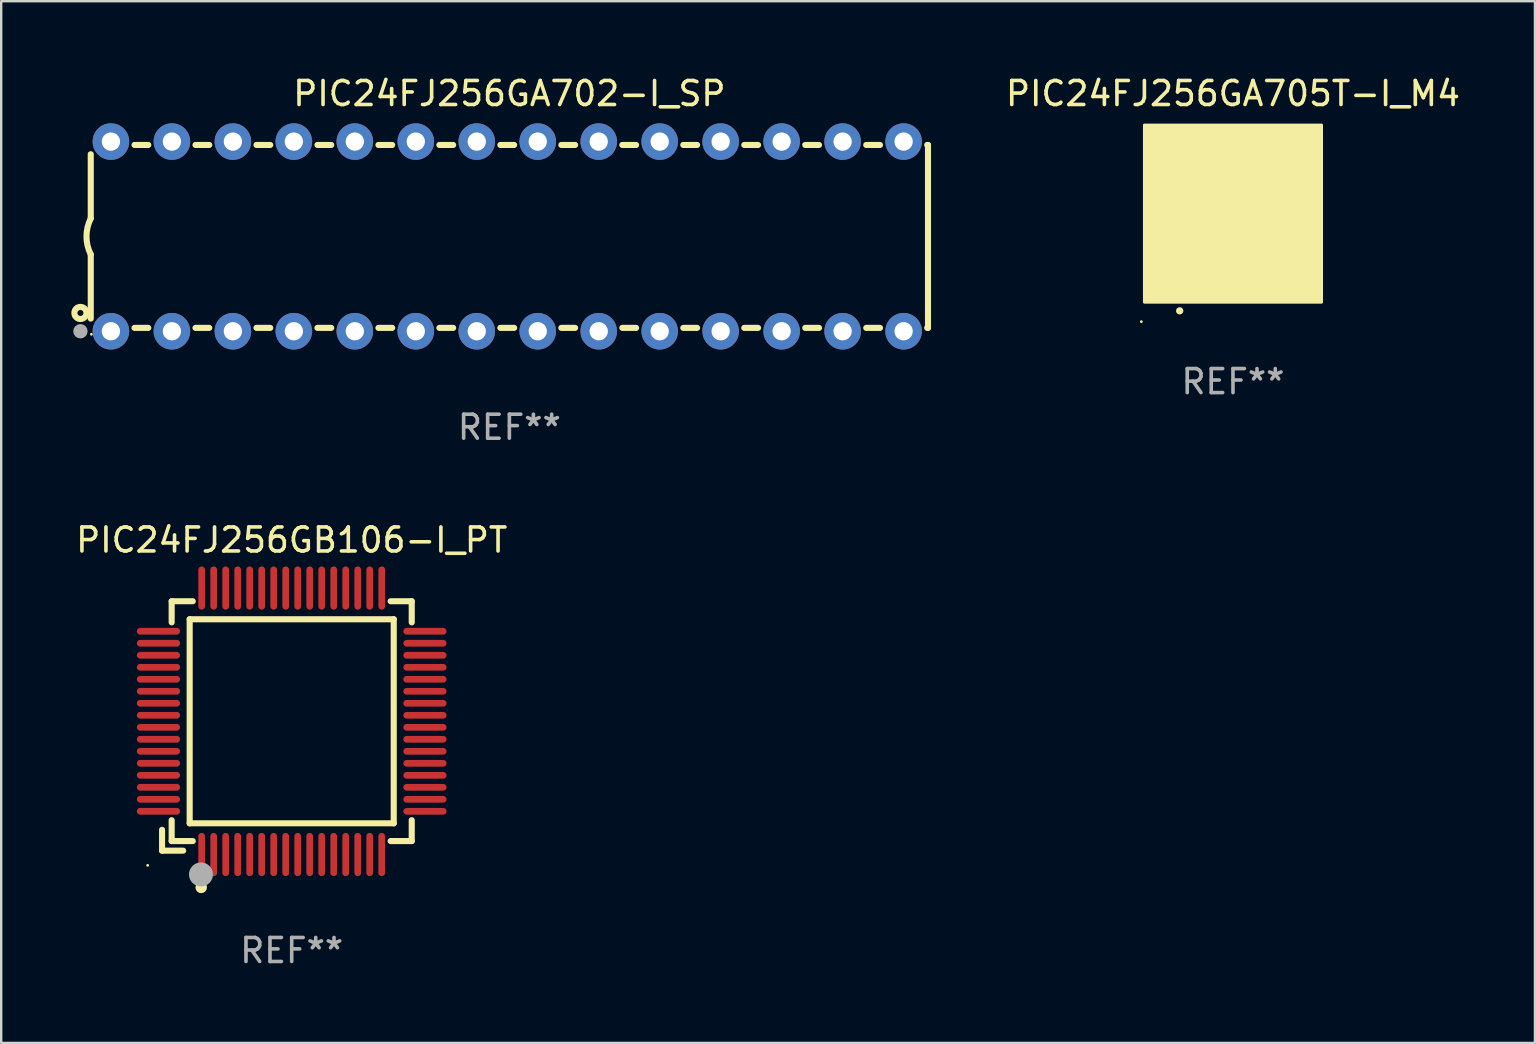
<source format=kicad_pcb>
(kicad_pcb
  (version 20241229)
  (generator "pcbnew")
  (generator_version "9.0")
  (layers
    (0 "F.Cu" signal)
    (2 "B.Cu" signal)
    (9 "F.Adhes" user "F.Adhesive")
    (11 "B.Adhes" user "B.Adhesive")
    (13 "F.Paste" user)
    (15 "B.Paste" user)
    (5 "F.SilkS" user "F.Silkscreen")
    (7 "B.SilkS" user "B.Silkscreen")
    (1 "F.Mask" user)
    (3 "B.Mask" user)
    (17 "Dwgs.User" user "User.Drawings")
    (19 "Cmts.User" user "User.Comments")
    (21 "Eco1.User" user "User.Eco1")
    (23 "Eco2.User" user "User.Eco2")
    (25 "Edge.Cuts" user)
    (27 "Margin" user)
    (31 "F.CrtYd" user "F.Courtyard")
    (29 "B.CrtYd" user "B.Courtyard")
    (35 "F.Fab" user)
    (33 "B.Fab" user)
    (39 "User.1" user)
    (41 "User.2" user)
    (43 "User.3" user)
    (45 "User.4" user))
  (footprint "PIC24FJ256GA702-I_SP"
    (layer "F.Cu")
    (at 18.168 6.798)
    (property "Reference" "PIC24FJ256GA702-I_SP" (at 0 -5.95 0) (layer "F.SilkS") (effects (font (size 1 1) (thickness 0.15))))
    (attr through_hole)
    (fp_line (start -17.438 0.75) (end -17.438 3.423) (stroke (width 0.254) (type solid)) (layer "F.SilkS"))
    (fp_line (start -17.438 -3.423) (end -17.438 -0.75) (stroke (width 0.254) (type solid)) (layer "F.SilkS"))
    (fp_line (start -15.615 3.81) (end -15.041 3.81) (stroke (width 0.254) (type solid)) (layer "F.SilkS"))
    (fp_line (start -15.041 -3.81) (end -15.614 -3.81) (stroke (width 0.254) (type solid)) (layer "F.SilkS"))
    (fp_line (start -13.075 3.81) (end -12.501 3.81) (stroke (width 0.254) (type solid)) (layer "F.SilkS"))
    (fp_line (start -12.501 -3.81) (end -13.074 -3.81) (stroke (width 0.254) (type solid)) (layer "F.SilkS"))
    (fp_line (start -10.535 3.81) (end -9.961 3.81) (stroke (width 0.254) (type solid)) (layer "F.SilkS"))
    (fp_line (start -9.961 -3.81) (end -10.534 -3.81) (stroke (width 0.254) (type solid)) (layer "F.SilkS"))
    (fp_line (start -7.995 3.81) (end -7.421 3.81) (stroke (width 0.254) (type solid)) (layer "F.SilkS"))
    (fp_line (start -7.421 -3.81) (end -7.995 -3.81) (stroke (width 0.254) (type solid)) (layer "F.SilkS"))
    (fp_line (start -5.455 3.81) (end -4.881 3.81) (stroke (width 0.254) (type solid)) (layer "F.SilkS"))
    (fp_line (start -4.881 -3.81) (end -5.455 -3.81) (stroke (width 0.254) (type solid)) (layer "F.SilkS"))
    (fp_line (start -2.915 3.81) (end -2.341 3.81) (stroke (width 0.254) (type solid)) (layer "F.SilkS"))
    (fp_line (start -2.341 -3.81) (end -2.915 -3.81) (stroke (width 0.254) (type solid)) (layer "F.SilkS"))
    (fp_line (start -0.375 3.81) (end 0.199 3.81) (stroke (width 0.254) (type solid)) (layer "F.SilkS"))
    (fp_line (start 0.199 -3.81) (end -0.375 -3.81) (stroke (width 0.254) (type solid)) (layer "F.SilkS"))
    (fp_line (start 2.165 3.81) (end 2.739 3.81) (stroke (width 0.254) (type solid)) (layer "F.SilkS"))
    (fp_line (start 2.739 -3.81) (end 2.165 -3.81) (stroke (width 0.254) (type solid)) (layer "F.SilkS"))
    (fp_line (start 4.705 3.81) (end 5.279 3.81) (stroke (width 0.254) (type solid)) (layer "F.SilkS"))
    (fp_line (start 5.279 -3.81) (end 4.705 -3.81) (stroke (width 0.254) (type solid)) (layer "F.SilkS"))
    (fp_line (start 7.245 3.81) (end 7.819 3.81) (stroke (width 0.254) (type solid)) (layer "F.SilkS"))
    (fp_line (start 7.819 -3.81) (end 7.245 -3.81) (stroke (width 0.254) (type solid)) (layer "F.SilkS"))
    (fp_line (start 9.785 3.81) (end 10.359 3.81) (stroke (width 0.254) (type solid)) (layer "F.SilkS"))
    (fp_line (start 10.359 -3.81) (end 9.785 -3.81) (stroke (width 0.254) (type solid)) (layer "F.SilkS"))
    (fp_line (start 12.325 3.81) (end 12.899 3.81) (stroke (width 0.254) (type solid)) (layer "F.SilkS"))
    (fp_line (start 12.899 -3.81) (end 12.325 -3.81) (stroke (width 0.254) (type solid)) (layer "F.SilkS"))
    (fp_line (start 14.865 3.81) (end 15.439 3.81) (stroke (width 0.254) (type solid)) (layer "F.SilkS"))
    (fp_line (start 15.439 -3.81) (end 14.865 -3.81) (stroke (width 0.254) (type solid)) (layer "F.SilkS"))
    (fp_line (start 17.405 3.81) (end 17.438 3.81) (stroke (width 0.254) (type solid)) (layer "F.SilkS"))
    (fp_line (start 17.438 -3.81) (end 17.405 -3.81) (stroke (width 0.254) (type solid)) (layer "F.SilkS"))
    (fp_line (start 17.438 -3.556) (end 17.438 -3.81) (stroke (width 0.254) (type solid)) (layer "F.SilkS"))
    (fp_line (start 17.438 3.81) (end 17.438 -3.556) (stroke (width 0.254) (type solid)) (layer "F.SilkS"))
    (fp_arc (start -17.437986 0.749657) (mid -17.614887 -0.000024) (end -17.437783 -0.749657) (stroke (width 0.254001) (type solid)) (layer "F.SilkS"))
    (fp_circle (center -17.868 3.188) (end -17.743 3.188) (stroke (width 0.254) (type solid)) (fill no) (layer "F.SilkS"))
    (fp_circle (center -17.411 4.077) (end -17.381 4.077) (stroke (width 0.06) (type solid)) (fill no) (layer "F.SilkS"))
    (fp_circle (center -17.868 3.95) (end -17.718 3.95) (stroke (width 0.3) (type solid)) (fill no) (layer "F.Fab"))
    (fp_text user "REF**" (at 0 7.95 0) (layer "F.Fab") (effects (font (size 1 1) (thickness 0.15))))
    (pad "1" thru_hole circle (at -16.598 3.95) (size 1.524 1.524) (drill 0.762) (layers "*.Cu" "*.Mask"))
    (pad "2" thru_hole circle (at -14.058 3.95) (size 1.524 1.524) (drill 0.762) (layers "*.Cu" "*.Mask"))
    (pad "3" thru_hole circle (at -11.518 3.95) (size 1.524 1.524) (drill 0.762) (layers "*.Cu" "*.Mask"))
    (pad "4" thru_hole circle (at -8.978 3.95) (size 1.524 1.524) (drill 0.762) (layers "*.Cu" "*.Mask"))
    (pad "5" thru_hole circle (at -6.438 3.95) (size 1.524 1.524) (drill 0.762) (layers "*.Cu" "*.Mask"))
    (pad "6" thru_hole circle (at -3.898 3.95) (size 1.524 1.524) (drill 0.762) (layers "*.Cu" "*.Mask"))
    (pad "7" thru_hole circle (at -1.358 3.95) (size 1.524 1.524) (drill 0.762) (layers "*.Cu" "*.Mask"))
    (pad "8" thru_hole circle (at 1.182 3.95) (size 1.524 1.524) (drill 0.762) (layers "*.Cu" "*.Mask"))
    (pad "9" thru_hole circle (at 3.722 3.95) (size 1.524 1.524) (drill 0.762) (layers "*.Cu" "*.Mask"))
    (pad "10" thru_hole circle (at 6.262 3.95) (size 1.524 1.524) (drill 0.762) (layers "*.Cu" "*.Mask"))
    (pad "11" thru_hole circle (at 8.802 3.95) (size 1.524 1.524) (drill 0.762) (layers "*.Cu" "*.Mask"))
    (pad "12" thru_hole circle (at 11.342 3.95) (size 1.524 1.524) (drill 0.762) (layers "*.Cu" "*.Mask"))
    (pad "13" thru_hole circle (at 13.882 3.95) (size 1.524 1.524) (drill 0.762) (layers "*.Cu" "*.Mask"))
    (pad "14" thru_hole circle (at 16.422 3.95) (size 1.524 1.524) (drill 0.762) (layers "*.Cu" "*.Mask"))
    (pad "15" thru_hole circle (at 16.422 -3.95) (size 1.524 1.524) (drill 0.762) (layers "*.Cu" "*.Mask"))
    (pad "16" thru_hole circle (at 13.882 -3.95) (size 1.524 1.524) (drill 0.762) (layers "*.Cu" "*.Mask"))
    (pad "17" thru_hole circle (at 11.342 -3.95) (size 1.524 1.524) (drill 0.762) (layers "*.Cu" "*.Mask"))
    (pad "18" thru_hole circle (at 8.802 -3.95) (size 1.524 1.524) (drill 0.762) (layers "*.Cu" "*.Mask"))
    (pad "19" thru_hole circle (at 6.262 -3.95) (size 1.524 1.524) (drill 0.762) (layers "*.Cu" "*.Mask"))
    (pad "20" thru_hole circle (at 3.722 -3.95) (size 1.524 1.524) (drill 0.762) (layers "*.Cu" "*.Mask"))
    (pad "21" thru_hole circle (at 1.182 -3.95) (size 1.524 1.524) (drill 0.762) (layers "*.Cu" "*.Mask"))
    (pad "22" thru_hole circle (at -1.358 -3.95) (size 1.524 1.524) (drill 0.762) (layers "*.Cu" "*.Mask"))
    (pad "23" thru_hole circle (at -3.898 -3.95) (size 1.524 1.524) (drill 0.762) (layers "*.Cu" "*.Mask"))
    (pad "24" thru_hole circle (at -6.438 -3.95) (size 1.524 1.524) (drill 0.762) (layers "*.Cu" "*.Mask"))
    (pad "25" thru_hole circle (at -8.978 -3.95) (size 1.524 1.524) (drill 0.762) (layers "*.Cu" "*.Mask"))
    (pad "26" thru_hole circle (at -11.517 -3.95) (size 1.524 1.524) (drill 0.762) (layers "*.Cu" "*.Mask"))
    (pad "27" thru_hole circle (at -14.057 -3.95) (size 1.524 1.524) (drill 0.762) (layers "*.Cu" "*.Mask"))
    (pad "28" thru_hole circle (at -16.597 -3.95) (size 1.524 1.524) (drill 0.762) (layers "*.Cu" "*.Mask")))
  (footprint "PIC24FJ256GB106-I_PT"
    (layer "F.Cu")
    (at 9.101 26.995)
    (property "Reference" "PIC24FJ256GB106-I_PT" (at 0 -7.55 0) (layer "F.SilkS") (effects (font (size 1 1) (thickness 0.15))))
    (attr through_hole)
    (fp_line (start -5.4 4.521) (end -5.4 5.39) (stroke (width 0.254) (type solid)) (layer "F.SilkS"))
    (fp_line (start -5.4 5.39) (end -4.521 5.39) (stroke (width 0.254) (type solid)) (layer "F.SilkS"))
    (fp_line (start -5 -5) (end -5 -4.121) (stroke (width 0.254) (type solid)) (layer "F.SilkS"))
    (fp_line (start -5 4.121) (end -5 4.99) (stroke (width 0.254) (type solid)) (layer "F.SilkS"))
    (fp_line (start -5 4.99) (end -4.121 4.99) (stroke (width 0.254) (type solid)) (layer "F.SilkS"))
    (fp_line (start -4.25 -4.25) (end -4.25 4.25) (stroke (width 0.254) (type solid)) (layer "F.SilkS"))
    (fp_line (start -4.25 4.25) (end 4.25 4.25) (stroke (width 0.254) (type solid)) (layer "F.SilkS"))
    (fp_line (start -4.121 -5) (end -5 -5) (stroke (width 0.254) (type solid)) (layer "F.SilkS"))
    (fp_line (start 4.121 4.99) (end 5 4.99) (stroke (width 0.254) (type solid)) (layer "F.SilkS"))
    (fp_line (start 4.25 -4.25) (end -4.25 -4.25) (stroke (width 0.254) (type solid)) (layer "F.SilkS"))
    (fp_line (start 4.25 4.25) (end 4.25 -4.25) (stroke (width 0.254) (type solid)) (layer "F.SilkS"))
    (fp_line (start 5 -5) (end 4.121 -5) (stroke (width 0.254) (type solid)) (layer "F.SilkS"))
    (fp_line (start 5 -4.121) (end 5 -5) (stroke (width 0.254) (type solid)) (layer "F.SilkS"))
    (fp_line (start 5 4.99) (end 5 4.121) (stroke (width 0.254) (type solid)) (layer "F.SilkS"))
    (fp_circle (center -6 6) (end -5.97 6) (stroke (width 0.06) (type solid)) (fill no) (layer "F.SilkS"))
    (fp_circle (center -3.77 6.92) (end -3.65 6.92) (stroke (width 0.24) (type solid)) (fill no) (layer "F.SilkS"))
    (fp_circle (center -3.78 6.38) (end -3.53 6.38) (stroke (width 0.5) (type solid)) (fill no) (layer "F.Fab"))
    (fp_text user "REF**" (at 0 9.55 0) (layer "F.Fab") (effects (font (size 1 1) (thickness 0.15))))
    (pad "1" smd oval (at -3.75 5.55) (size 0.28 1.8) (layers "F.Cu" "F.Mask" "F.Paste"))
    (pad "2" smd oval (at -3.25 5.55) (size 0.28 1.8) (layers "F.Cu" "F.Mask" "F.Paste"))
    (pad "3" smd oval (at -2.75 5.55) (size 0.28 1.8) (layers "F.Cu" "F.Mask" "F.Paste"))
    (pad "4" smd oval (at -2.25 5.55) (size 0.28 1.8) (layers "F.Cu" "F.Mask" "F.Paste"))
    (pad "5" smd oval (at -1.75 5.55) (size 0.28 1.8) (layers "F.Cu" "F.Mask" "F.Paste"))
    (pad "6" smd oval (at -1.25 5.55) (size 0.28 1.8) (layers "F.Cu" "F.Mask" "F.Paste"))
    (pad "7" smd oval (at -0.75 5.55) (size 0.28 1.8) (layers "F.Cu" "F.Mask" "F.Paste"))
    (pad "8" smd oval (at -0.25 5.55) (size 0.28 1.8) (layers "F.Cu" "F.Mask" "F.Paste"))
    (pad "9" smd oval (at 0.25 5.55) (size 0.28 1.8) (layers "F.Cu" "F.Mask" "F.Paste"))
    (pad "10" smd oval (at 0.75 5.55) (size 0.28 1.8) (layers "F.Cu" "F.Mask" "F.Paste"))
    (pad "11" smd oval (at 1.25 5.55) (size 0.28 1.8) (layers "F.Cu" "F.Mask" "F.Paste"))
    (pad "12" smd oval (at 1.75 5.55) (size 0.28 1.8) (layers "F.Cu" "F.Mask" "F.Paste"))
    (pad "13" smd oval (at 2.25 5.55) (size 0.28 1.8) (layers "F.Cu" "F.Mask" "F.Paste"))
    (pad "14" smd oval (at 2.75 5.55) (size 0.28 1.8) (layers "F.Cu" "F.Mask" "F.Paste"))
    (pad "15" smd oval (at 3.25 5.55) (size 0.28 1.8) (layers "F.Cu" "F.Mask" "F.Paste"))
    (pad "16" smd oval (at 3.75 5.55) (size 0.28 1.8) (layers "F.Cu" "F.Mask" "F.Paste"))
    (pad "17" smd oval (at 5.55 3.75) (size 1.8 0.28) (layers "F.Cu" "F.Mask" "F.Paste"))
    (pad "18" smd oval (at 5.55 3.25) (size 1.8 0.28) (layers "F.Cu" "F.Mask" "F.Paste"))
    (pad "19" smd oval (at 5.55 2.75) (size 1.8 0.28) (layers "F.Cu" "F.Mask" "F.Paste"))
    (pad "20" smd oval (at 5.55 2.25) (size 1.8 0.28) (layers "F.Cu" "F.Mask" "F.Paste"))
    (pad "21" smd oval (at 5.55 1.75) (size 1.8 0.28) (layers "F.Cu" "F.Mask" "F.Paste"))
    (pad "22" smd oval (at 5.55 1.25) (size 1.8 0.28) (layers "F.Cu" "F.Mask" "F.Paste"))
    (pad "23" smd oval (at 5.55 0.75) (size 1.8 0.28) (layers "F.Cu" "F.Mask" "F.Paste"))
    (pad "24" smd oval (at 5.55 0.25) (size 1.8 0.28) (layers "F.Cu" "F.Mask" "F.Paste"))
    (pad "25" smd oval (at 5.55 -0.25) (size 1.8 0.28) (layers "F.Cu" "F.Mask" "F.Paste"))
    (pad "26" smd oval (at 5.55 -0.75) (size 1.8 0.28) (layers "F.Cu" "F.Mask" "F.Paste"))
    (pad "27" smd oval (at 5.55 -1.25) (size 1.8 0.28) (layers "F.Cu" "F.Mask" "F.Paste"))
    (pad "28" smd oval (at 5.55 -1.75) (size 1.8 0.28) (layers "F.Cu" "F.Mask" "F.Paste"))
    (pad "29" smd oval (at 5.55 -2.25) (size 1.8 0.28) (layers "F.Cu" "F.Mask" "F.Paste"))
    (pad "30" smd oval (at 5.55 -2.75) (size 1.8 0.28) (layers "F.Cu" "F.Mask" "F.Paste"))
    (pad "31" smd oval (at 5.55 -3.25) (size 1.8 0.28) (layers "F.Cu" "F.Mask" "F.Paste"))
    (pad "32" smd oval (at 5.55 -3.75) (size 1.8 0.28) (layers "F.Cu" "F.Mask" "F.Paste"))
    (pad "33" smd oval (at 3.75 -5.55) (size 0.28 1.8) (layers "F.Cu" "F.Mask" "F.Paste"))
    (pad "34" smd oval (at 3.25 -5.55) (size 0.28 1.8) (layers "F.Cu" "F.Mask" "F.Paste"))
    (pad "35" smd oval (at 2.75 -5.55) (size 0.28 1.8) (layers "F.Cu" "F.Mask" "F.Paste"))
    (pad "36" smd oval (at 2.25 -5.55) (size 0.28 1.8) (layers "F.Cu" "F.Mask" "F.Paste"))
    (pad "37" smd oval (at 1.75 -5.55) (size 0.28 1.8) (layers "F.Cu" "F.Mask" "F.Paste"))
    (pad "38" smd oval (at 1.25 -5.55) (size 0.28 1.8) (layers "F.Cu" "F.Mask" "F.Paste"))
    (pad "39" smd oval (at 0.75 -5.55) (size 0.28 1.8) (layers "F.Cu" "F.Mask" "F.Paste"))
    (pad "40" smd oval (at 0.25 -5.55) (size 0.28 1.8) (layers "F.Cu" "F.Mask" "F.Paste"))
    (pad "41" smd oval (at -0.25 -5.55) (size 0.28 1.8) (layers "F.Cu" "F.Mask" "F.Paste"))
    (pad "42" smd oval (at -0.75 -5.55) (size 0.28 1.8) (layers "F.Cu" "F.Mask" "F.Paste"))
    (pad "43" smd oval (at -1.25 -5.55) (size 0.28 1.8) (layers "F.Cu" "F.Mask" "F.Paste"))
    (pad "44" smd oval (at -1.75 -5.55) (size 0.28 1.8) (layers "F.Cu" "F.Mask" "F.Paste"))
    (pad "45" smd oval (at -2.25 -5.55) (size 0.28 1.8) (layers "F.Cu" "F.Mask" "F.Paste"))
    (pad "46" smd oval (at -2.75 -5.55) (size 0.28 1.8) (layers "F.Cu" "F.Mask" "F.Paste"))
    (pad "47" smd oval (at -3.25 -5.55) (size 0.28 1.8) (layers "F.Cu" "F.Mask" "F.Paste"))
    (pad "48" smd oval (at -3.75 -5.55) (size 0.28 1.8) (layers "F.Cu" "F.Mask" "F.Paste"))
    (pad "49" smd oval (at -5.55 -3.75) (size 1.8 0.28) (layers "F.Cu" "F.Mask" "F.Paste"))
    (pad "50" smd oval (at -5.55 -3.25) (size 1.8 0.28) (layers "F.Cu" "F.Mask" "F.Paste"))
    (pad "51" smd oval (at -5.55 -2.75) (size 1.8 0.28) (layers "F.Cu" "F.Mask" "F.Paste"))
    (pad "52" smd oval (at -5.55 -2.25) (size 1.8 0.28) (layers "F.Cu" "F.Mask" "F.Paste"))
    (pad "53" smd oval (at -5.55 -1.75) (size 1.8 0.28) (layers "F.Cu" "F.Mask" "F.Paste"))
    (pad "54" smd oval (at -5.55 -1.25) (size 1.8 0.28) (layers "F.Cu" "F.Mask" "F.Paste"))
    (pad "55" smd oval (at -5.55 -0.75) (size 1.8 0.28) (layers "F.Cu" "F.Mask" "F.Paste"))
    (pad "56" smd oval (at -5.55 -0.25) (size 1.8 0.28) (layers "F.Cu" "F.Mask" "F.Paste"))
    (pad "57" smd oval (at -5.55 0.25) (size 1.8 0.28) (layers "F.Cu" "F.Mask" "F.Paste"))
    (pad "58" smd oval (at -5.55 0.75) (size 1.8 0.28) (layers "F.Cu" "F.Mask" "F.Paste"))
    (pad "59" smd oval (at -5.55 1.25) (size 1.8 0.28) (layers "F.Cu" "F.Mask" "F.Paste"))
    (pad "60" smd oval (at -5.55 1.75) (size 1.8 0.28) (layers "F.Cu" "F.Mask" "F.Paste"))
    (pad "61" smd oval (at -5.55 2.25) (size 1.8 0.28) (layers "F.Cu" "F.Mask" "F.Paste"))
    (pad "62" smd oval (at -5.55 2.75) (size 1.8 0.28) (layers "F.Cu" "F.Mask" "F.Paste"))
    (pad "63" smd oval (at -5.55 3.25) (size 1.8 0.28) (layers "F.Cu" "F.Mask" "F.Paste"))
    (pad "64" smd oval (at -5.55 3.75) (size 1.8 0.28) (layers "F.Cu" "F.Mask" "F.Paste")))
  (footprint "PIC24FJ256GA705T-I_M4"
    (layer "F.Cu")
    (at 48.31 5.848)
    (property "Reference" "PIC24FJ256GA705T-I_M4" (at 0 -5 0) (layer "F.SilkS") (effects (font (size 1 1) (thickness 0.15))))
    (attr through_hole)
    (fp_arc (start -2.221158 4.050013) (mid -2.219888 4.050008) (end -2.218618 4.050013) (stroke (width 0.3) (type solid)) (layer "F.SilkS"))
    (fp_circle (center -3.817 4.5) (end -3.787 4.5) (stroke (width 0.06) (type solid)) (fill no) (layer "F.SilkS"))
    (fp_poly (pts (xy -3.69 -3.69) (xy 3.69 -3.69) (xy 3.69 3.69) (xy -3.69 3.69)) (stroke (width 0.12) (type solid)) (fill yes) (layer "F.SilkS"))
    (fp_text user "REF**" (at 0 7 0) (layer "F.Fab") (effects (font (size 1 1) (thickness 0.15))))
    (pad "1" smd oval (at -2.201 3) (size 0.2 0.95) (layers "F.Cu" "F.Mask" "F.Paste"))
    (pad "2" smd oval (at -1.8 3) (size 0.2 0.95) (layers "F.Cu" "F.Mask" "F.Paste"))
    (pad "3" smd oval (at -1.401 3) (size 0.2 0.95) (layers "F.Cu" "F.Mask" "F.Paste"))
    (pad "4" smd oval (at -0.999 3) (size 0.2 0.95) (layers "F.Cu" "F.Mask" "F.Paste"))
    (pad "5" smd oval (at -0.601 3) (size 0.2 0.95) (layers "F.Cu" "F.Mask" "F.Paste"))
    (pad "6" smd oval (at -0.199 3) (size 0.2 0.95) (layers "F.Cu" "F.Mask" "F.Paste"))
    (pad "7" smd oval (at 0.199 3) (size 0.2 0.95) (layers "F.Cu" "F.Mask" "F.Paste"))
    (pad "8" smd oval (at 0.601 3) (size 0.2 0.95) (layers "F.Cu" "F.Mask" "F.Paste"))
    (pad "9" smd oval (at 0.999 3) (size 0.2 0.95) (layers "F.Cu" "F.Mask" "F.Paste"))
    (pad "10" smd oval (at 1.401 3) (size 0.2 0.95) (layers "F.Cu" "F.Mask" "F.Paste"))
    (pad "11" smd oval (at 1.8 3) (size 0.2 0.95) (layers "F.Cu" "F.Mask" "F.Paste"))
    (pad "12" smd oval (at 2.201 3) (size 0.2 0.95) (layers "F.Cu" "F.Mask" "F.Paste"))
    (pad "13" smd oval (at 3 2.198 90) (size 0.2 0.95) (layers "F.Cu" "F.Mask" "F.Paste"))
    (pad "14" smd oval (at 3 1.8 90) (size 0.2 0.95) (layers "F.Cu" "F.Mask" "F.Paste"))
    (pad "15" smd oval (at 3 1.401 90) (size 0.2 0.95) (layers "F.Cu" "F.Mask" "F.Paste"))
    (pad "16" smd oval (at 3 0.999 90) (size 0.2 0.95) (layers "F.Cu" "F.Mask" "F.Paste"))
    (pad "17" smd oval (at 3 0.601 90) (size 0.2 0.95) (layers "F.Cu" "F.Mask" "F.Paste"))
    (pad "18" smd oval (at 3 0.199 90) (size 0.2 0.95) (layers "F.Cu" "F.Mask" "F.Paste"))
    (pad "19" smd oval (at 3 -0.199 90) (size 0.2 0.95) (layers "F.Cu" "F.Mask" "F.Paste"))
    (pad "20" smd oval (at 3 -0.601 90) (size 0.2 0.95) (layers "F.Cu" "F.Mask" "F.Paste"))
    (pad "21" smd oval (at 3 -0.999 90) (size 0.2 0.95) (layers "F.Cu" "F.Mask" "F.Paste"))
    (pad "22" smd oval (at 3 -1.401 90) (size 0.2 0.95) (layers "F.Cu" "F.Mask" "F.Paste"))
    (pad "23" smd oval (at 3 -1.8 90) (size 0.2 0.95) (layers "F.Cu" "F.Mask" "F.Paste"))
    (pad "24" smd oval (at 3 -2.201 90) (size 0.2 0.95) (layers "F.Cu" "F.Mask" "F.Paste"))
    (pad "25" smd oval (at 2.201 -3 180) (size 0.2 0.95) (layers "F.Cu" "F.Mask" "F.Paste"))
    (pad "26" smd oval (at 1.8 -3 180) (size 0.2 0.95) (layers "F.Cu" "F.Mask" "F.Paste"))
    (pad "27" smd oval (at 1.401 -3 180) (size 0.2 0.95) (layers "F.Cu" "F.Mask" "F.Paste"))
    (pad "28" smd oval (at 0.999 -3 180) (size 0.2 0.95) (layers "F.Cu" "F.Mask" "F.Paste"))
    (pad "29" smd oval (at 0.601 -3 180) (size 0.2 0.95) (layers "F.Cu" "F.Mask" "F.Paste"))
    (pad "30" smd oval (at 0.199 -3 180) (size 0.2 0.95) (layers "F.Cu" "F.Mask" "F.Paste"))
    (pad "31" smd oval (at -0.199 -3 180) (size 0.2 0.95) (layers "F.Cu" "F.Mask" "F.Paste"))
    (pad "32" smd oval (at -0.601 -3 180) (size 0.2 0.95) (layers "F.Cu" "F.Mask" "F.Paste"))
    (pad "33" smd oval (at -0.999 -3 180) (size 0.2 0.95) (layers "F.Cu" "F.Mask" "F.Paste"))
    (pad "34" smd oval (at -1.401 -3 180) (size 0.2 0.95) (layers "F.Cu" "F.Mask" "F.Paste"))
    (pad "35" smd oval (at -1.8 -3 180) (size 0.2 0.95) (layers "F.Cu" "F.Mask" "F.Paste"))
    (pad "36" smd oval (at -2.201 -3 180) (size 0.2 0.95) (layers "F.Cu" "F.Mask" "F.Paste"))
    (pad "37" smd oval (at -3 -2.201 270) (size 0.2 0.95) (layers "F.Cu" "F.Mask" "F.Paste"))
    (pad "38" smd oval (at -3 -1.8 270) (size 0.2 0.95) (layers "F.Cu" "F.Mask" "F.Paste"))
    (pad "39" smd oval (at -3 -1.401 270) (size 0.2 0.95) (layers "F.Cu" "F.Mask" "F.Paste"))
    (pad "40" smd oval (at -3 -0.999 270) (size 0.2 0.95) (layers "F.Cu" "F.Mask" "F.Paste"))
    (pad "41" smd oval (at -3 -0.601 270) (size 0.2 0.95) (layers "F.Cu" "F.Mask" "F.Paste"))
    (pad "42" smd oval (at -3 -0.199 270) (size 0.2 0.95) (layers "F.Cu" "F.Mask" "F.Paste"))
    (pad "43" smd oval (at -3 0.199 270) (size 0.2 0.95) (layers "F.Cu" "F.Mask" "F.Paste"))
    (pad "44" smd oval (at -3 0.601 270) (size 0.2 0.95) (layers "F.Cu" "F.Mask" "F.Paste"))
    (pad "45" smd oval (at -3 0.999 270) (size 0.2 0.95) (layers "F.Cu" "F.Mask" "F.Paste"))
    (pad "46" smd oval (at -3 1.401 270) (size 0.2 0.95) (layers "F.Cu" "F.Mask" "F.Paste"))
    (pad "47" smd oval (at -3 1.8 270) (size 0.2 0.95) (layers "F.Cu" "F.Mask" "F.Paste"))
    (pad "48" smd oval (at -3 2.198 270) (size 0.2 0.95) (layers "F.Cu" "F.Mask" "F.Paste"))
    (pad "49" smd rect (at -3 -3 90) (size 0.9 0.9) (layers "F.Cu" "F.Mask" "F.Paste"))
    (pad "49" smd rect (at -3 3 90) (size 0.9 0.9) (layers "F.Cu" "F.Mask" "F.Paste"))
    (pad "49" smd rect (at -0.001 -0.001 90) (size 4.6 4.6) (layers "F.Cu" "F.Mask" "F.Paste"))
    (pad "49" smd rect (at 3 -3 90) (size 0.9 0.9) (layers "F.Cu" "F.Mask" "F.Paste"))
    (pad "49" smd rect (at 3 3 90) (size 0.9 0.9) (layers "F.Cu" "F.Mask" "F.Paste")))
  (gr_rect
    (start -3 -3)
    (end 60.888 40.393)
    (stroke (width 0.1) (type default))
    (fill no)
    (layer "Edge.Cuts")))
</source>
